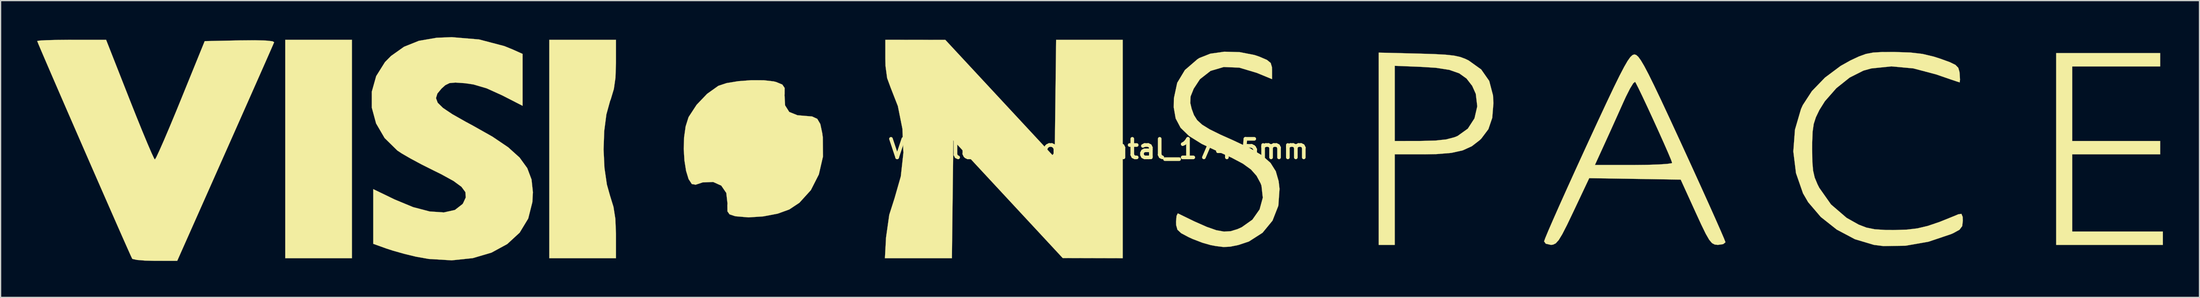
<source format=kicad_pcb>
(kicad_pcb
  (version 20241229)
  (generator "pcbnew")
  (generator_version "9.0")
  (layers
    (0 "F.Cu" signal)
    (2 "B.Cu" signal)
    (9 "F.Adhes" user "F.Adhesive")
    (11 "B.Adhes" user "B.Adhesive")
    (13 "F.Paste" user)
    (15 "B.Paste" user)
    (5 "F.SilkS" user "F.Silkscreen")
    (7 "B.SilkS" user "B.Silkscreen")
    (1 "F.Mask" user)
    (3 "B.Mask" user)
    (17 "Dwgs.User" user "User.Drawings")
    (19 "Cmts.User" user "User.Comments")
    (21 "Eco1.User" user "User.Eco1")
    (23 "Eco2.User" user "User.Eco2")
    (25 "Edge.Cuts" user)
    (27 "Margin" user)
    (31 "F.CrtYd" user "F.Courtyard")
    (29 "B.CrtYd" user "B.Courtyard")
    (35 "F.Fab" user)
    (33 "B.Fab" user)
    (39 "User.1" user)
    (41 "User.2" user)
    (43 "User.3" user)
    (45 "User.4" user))
  (footprint "VST_logo_horizontal_174.5mm"
    (layer "F.Cu")
    (at 87.153 9.199)
    (property "Reference" "VST_logo_horizontal_174.5mm" (at 0 0 0) (layer "F.SilkS") (effects (font (size 1.524 1.524) (thickness 0.3))))
    (attr through_hole)
    (fp_poly (pts (xy -61.31 8.978) (xy -66.784 8.978) (xy -66.784 -8.978) (xy -61.31 -8.978) (xy -61.31 8.978)) (stroke (width 0.01) (type solid)) (fill yes) (layer "F.SilkS"))
    (fp_poly (pts (xy 87.148 -6.788) (xy 79.922 -6.788) (xy 79.922 -0.657) (xy 87.148 -0.657) (xy 87.148 0.438) (xy 79.922 0.438) (xy 79.922 6.788) (xy 87.367 6.788) (xy 87.367 7.883) (xy 78.609 7.883) (xy 78.609 -7.883) (xy 87.148 -7.883) (xy 87.148 -6.788)) (stroke (width 0.01) (type solid)) (fill yes) (layer "F.SilkS"))
    (fp_poly (pts (xy -39.633 -7.062) (xy -39.671 -5.869) (xy -39.803 -4.939) (xy -40.054 -4.099) (xy -40.116 -3.941) (xy -40.419 -2.843) (xy -40.597 -1.466) (xy -40.649 0.048) (xy -40.576 1.559) (xy -40.377 2.924) (xy -40.124 3.824) (xy -39.836 4.756) (xy -39.682 5.738) (xy -39.633 6.955) (xy -39.633 7.054) (xy -39.633 8.978) (xy -45.107 8.978) (xy -45.107 -8.978) (xy -39.633 -8.978) (xy -39.633 -7.062)) (stroke (width 0.01) (type solid)) (fill yes) (layer "F.SilkS"))
    (fp_poly (pts (xy 1.971 8.978) (xy -2.956 8.964) (xy -11.934 -0.711) (xy -11.993 4.133) (xy -12.051 8.978) (xy -17.551 8.978) (xy -17.46 7.281) (xy -17.195 5.408) (xy -16.762 4.051) (xy -16.247 2.252) (xy -16.033 0.307) (xy -16.115 -1.661) (xy -16.489 -3.528) (xy -17.077 -5.032) (xy -17.369 -5.825) (xy -17.502 -6.813) (xy -17.517 -7.436) (xy -17.517 -8.978) (xy -15.054 -8.974) (xy -12.591 -8.971) (xy -8.102 -4.135) (xy -3.613 0.701) (xy -3.554 -4.138) (xy -3.495 -8.978) (xy 1.971 -8.978) (xy 1.971 8.978)) (stroke (width 0.01) (type solid)) (fill yes) (layer "F.SilkS"))
    (fp_poly (pts (xy 26.221 -7.844) (xy 27.524 -7.805) (xy 28.477 -7.753) (xy 29.167 -7.678) (xy 29.682 -7.566) (xy 30.11 -7.406) (xy 30.374 -7.276) (xy 31.404 -6.538) (xy 32.063 -5.595) (xy 32.374 -4.406) (xy 32.407 -3.77) (xy 32.311 -2.561) (xy 31.994 -1.629) (xy 31.41 -0.852) (xy 31.275 -0.722) (xy 30.632 -0.226) (xy 29.885 0.114) (xy 28.947 0.322) (xy 27.725 0.421) (xy 26.721 0.438) (xy 24.305 0.438) (xy 24.305 7.883) (xy 22.991 7.883) (xy 22.991 -0.657) (xy 24.305 -0.657) (xy 26.44 -0.662) (xy 27.648 -0.693) (xy 28.535 -0.79) (xy 29.216 -0.969) (xy 29.467 -1.072) (xy 30.304 -1.672) (xy 30.852 -2.52) (xy 31.08 -3.51) (xy 30.958 -4.535) (xy 30.664 -5.19) (xy 30.197 -5.793) (xy 29.597 -6.221) (xy 28.784 -6.505) (xy 27.68 -6.675) (xy 26.55 -6.747) (xy 24.305 -6.838) (xy 24.305 -0.657) (xy 22.991 -0.657) (xy 22.991 -7.923) (xy 26.221 -7.844)) (stroke (width 0.01) (type solid)) (fill yes) (layer "F.SilkS"))
    (fp_poly (pts (xy -27.511 -5.653) (xy -26.677 -5.557) (xy -26.463 -5.5) (xy -25.975 -5.298) (xy -25.785 -5.022) (xy -25.786 -4.503) (xy -25.792 -4.433) (xy -25.747 -3.587) (xy -25.406 -3.046) (xy -24.736 -2.776) (xy -24.202 -2.73) (xy -23.528 -2.674) (xy -23.105 -2.478) (xy -22.854 -2.052) (xy -22.697 -1.308) (xy -22.65 -0.962) (xy -22.636 0.619) (xy -22.974 2.091) (xy -23.631 3.382) (xy -24.574 4.422) (xy -25.406 4.973) (xy -26.357 5.317) (xy -27.537 5.541) (xy -28.747 5.622) (xy -29.79 5.534) (xy -29.889 5.512) (xy -30.308 5.373) (xy -30.48 5.128) (xy -30.488 4.628) (xy -30.477 4.481) (xy -30.575 3.613) (xy -30.987 3.012) (xy -31.653 2.711) (xy -32.516 2.747) (xy -33.087 2.936) (xy -33.405 2.88) (xy -33.671 2.473) (xy -33.876 1.799) (xy -34.011 0.945) (xy -34.068 -0.006) (xy -34.038 -0.968) (xy -33.913 -1.857) (xy -33.684 -2.587) (xy -33.654 -2.651) (xy -33.012 -3.633) (xy -32.15 -4.536) (xy -31.233 -5.19) (xy -31.216 -5.198) (xy -30.549 -5.418) (xy -29.604 -5.574) (xy -28.539 -5.655) (xy -27.511 -5.653)) (stroke (width 0.01) (type solid)) (fill yes) (layer "F.SilkS"))
    (fp_poly (pts (xy -79.558 -4.058) (xy -79.014 -2.689) (xy -78.518 -1.466) (xy -78.094 -0.445) (xy -77.765 0.319) (xy -77.554 0.77) (xy -77.489 0.868) (xy -77.372 0.677) (xy -77.118 0.133) (xy -76.748 -0.705) (xy -76.289 -1.784) (xy -75.763 -3.048) (xy -75.376 -3.996) (xy -73.397 -8.868) (xy -70.508 -8.929) (xy -69.28 -8.94) (xy -68.377 -8.916) (xy -67.838 -8.858) (xy -67.695 -8.779) (xy -67.797 -8.54) (xy -68.058 -7.943) (xy -68.46 -7.029) (xy -68.986 -5.838) (xy -69.616 -4.414) (xy -70.332 -2.797) (xy -71.115 -1.029) (xy -71.711 0.314) (xy -75.653 9.195) (xy -77.446 9.196) (xy -78.288 9.176) (xy -78.948 9.121) (xy -79.315 9.043) (xy -79.351 9.016) (xy -79.466 8.774) (xy -79.73 8.184) (xy -80.124 7.296) (xy -80.625 6.159) (xy -81.211 4.823) (xy -81.862 3.337) (xy -82.555 1.751) (xy -83.269 0.114) (xy -83.982 -1.525) (xy -84.674 -3.115) (xy -85.321 -4.607) (xy -85.903 -5.952) (xy -86.398 -7.1) (xy -86.785 -8.002) (xy -87.042 -8.609) (xy -87.147 -8.87) (xy -87.148 -8.876) (xy -86.943 -8.914) (xy -86.381 -8.945) (xy -85.545 -8.967) (xy -84.515 -8.977) (xy -84.32 -8.978) (xy -81.492 -8.978) (xy -79.558 -4.058)) (stroke (width 0.01) (type solid)) (fill yes) (layer "F.SilkS"))
    (fp_poly (pts (xy -50.873 -9.006) (xy -48.799 -8.462) (xy -48.118 -8.185) (xy -47.297 -7.816) (xy -47.297 -3.55) (xy -48.996 -4.419) (xy -50.25 -4.987) (xy -51.344 -5.308) (xy -52.043 -5.409) (xy -52.811 -5.461) (xy -53.294 -5.419) (xy -53.643 -5.248) (xy -53.954 -4.968) (xy -54.294 -4.557) (xy -54.409 -4.181) (xy -54.267 -3.8) (xy -53.835 -3.376) (xy -53.08 -2.869) (xy -51.97 -2.239) (xy -51.446 -1.958) (xy -49.772 -1.014) (xy -48.483 -0.142) (xy -47.543 0.705) (xy -46.915 1.572) (xy -46.563 2.506) (xy -46.451 3.554) (xy -46.495 4.367) (xy -46.836 5.719) (xy -47.537 6.875) (xy -48.557 7.815) (xy -49.854 8.521) (xy -51.388 8.973) (xy -53.118 9.153) (xy -55.002 9.04) (xy -56.053 8.854) (xy -57.001 8.624) (xy -57.957 8.354) (xy -58.517 8.171) (xy -59.559 7.796) (xy -59.559 3.3) (xy -57.806 4.148) (xy -56.284 4.78) (xy -54.924 5.136) (xy -53.768 5.215) (xy -52.858 5.014) (xy -52.234 4.531) (xy -52.185 4.461) (xy -51.963 3.981) (xy -51.995 3.544) (xy -52.317 3.108) (xy -52.964 2.632) (xy -53.975 2.076) (xy -54.567 1.784) (xy -55.561 1.286) (xy -56.486 0.791) (xy -57.223 0.364) (xy -57.584 0.124) (xy -58.626 -0.9) (xy -59.325 -2.098) (xy -59.677 -3.395) (xy -59.677 -4.718) (xy -59.319 -5.992) (xy -58.598 -7.143) (xy -58.102 -7.647) (xy -57.034 -8.404) (xy -55.814 -8.894) (xy -54.353 -9.145) (xy -53.114 -9.194) (xy -50.873 -9.006)) (stroke (width 0.01) (type solid)) (fill yes) (layer "F.SilkS"))
    (fp_poly (pts (xy 11.57 -7.964) (xy 12.785 -7.729) (xy 13.193 -7.591) (xy 13.813 -7.324) (xy 14.121 -7.073) (xy 14.225 -6.722) (xy 14.233 -6.466) (xy 14.233 -5.742) (xy 12.974 -6.26) (xy 11.541 -6.688) (xy 10.269 -6.74) (xy 9.185 -6.421) (xy 8.314 -5.74) (xy 7.8 -4.957) (xy 7.544 -4.319) (xy 7.519 -3.783) (xy 7.634 -3.299) (xy 7.821 -2.789) (xy 8.083 -2.373) (xy 8.49 -2) (xy 9.108 -1.618) (xy 10.008 -1.174) (xy 11.06 -0.704) (xy 12.425 -0.061) (xy 13.421 0.535) (xy 14.107 1.144) (xy 14.538 1.827) (xy 14.773 2.643) (xy 14.847 3.276) (xy 14.749 4.668) (xy 14.27 5.891) (xy 13.45 6.888) (xy 12.331 7.606) (xy 11.455 7.897) (xy 10.79 8.031) (xy 10.25 8.058) (xy 9.617 7.98) (xy 9.188 7.9) (xy 8.518 7.709) (xy 7.719 7.402) (xy 7.382 7.248) (xy 6.771 6.923) (xy 6.464 6.636) (xy 6.359 6.26) (xy 6.35 5.984) (xy 6.39 5.502) (xy 6.49 5.297) (xy 6.514 5.3) (xy 7.847 5.949) (xy 8.871 6.402) (xy 9.66 6.678) (xy 10.29 6.791) (xy 10.836 6.758) (xy 11.373 6.595) (xy 11.741 6.432) (xy 12.618 5.81) (xy 13.21 4.966) (xy 13.473 4.001) (xy 13.364 3.017) (xy 13.288 2.814) (xy 12.96 2.204) (xy 12.503 1.687) (xy 11.84 1.207) (xy 10.895 0.706) (xy 9.882 0.251) (xy 8.459 -0.419) (xy 7.421 -1.067) (xy 6.723 -1.745) (xy 6.318 -2.51) (xy 6.161 -3.416) (xy 6.174 -4.174) (xy 6.445 -5.441) (xy 7.076 -6.491) (xy 8.095 -7.372) (xy 8.261 -7.479) (xy 9.163 -7.836) (xy 10.314 -7.999) (xy 11.57 -7.964)) (stroke (width 0.01) (type solid)) (fill yes) (layer "F.SilkS"))
    (fp_poly (pts (xy 66.624 -7.933) (xy 67.632 -7.816) (xy 68.557 -7.596) (xy 69.084 -7.427) (xy 69.874 -7.141) (xy 70.339 -6.914) (xy 70.572 -6.675) (xy 70.666 -6.352) (xy 70.685 -6.186) (xy 70.713 -5.703) (xy 70.69 -5.479) (xy 70.685 -5.477) (xy 70.462 -5.546) (xy 69.923 -5.727) (xy 69.164 -5.989) (xy 68.755 -6.131) (xy 66.878 -6.627) (xy 65.075 -6.792) (xy 63.429 -6.622) (xy 62.785 -6.443) (xy 61.658 -5.875) (xy 60.56 -4.998) (xy 59.621 -3.928) (xy 59.166 -3.202) (xy 58.88 -2.607) (xy 58.704 -2.058) (xy 58.612 -1.415) (xy 58.578 -0.539) (xy 58.575 0) (xy 58.59 1.036) (xy 58.651 1.773) (xy 58.784 2.35) (xy 59.015 2.905) (xy 59.162 3.195) (xy 60.122 4.558) (xy 61.407 5.663) (xy 62.394 6.217) (xy 63.029 6.461) (xy 63.724 6.601) (xy 64.619 6.658) (xy 65.361 6.661) (xy 66.348 6.628) (xy 67.209 6.526) (xy 68.065 6.324) (xy 69.039 5.993) (xy 70.256 5.502) (xy 70.562 5.372) (xy 70.828 5.33) (xy 70.933 5.58) (xy 70.945 5.896) (xy 70.895 6.339) (xy 70.672 6.638) (xy 70.17 6.915) (xy 69.964 7.005) (xy 68.13 7.622) (xy 66.237 7.954) (xy 64.425 7.981) (xy 63.642 7.883) (xy 62.085 7.418) (xy 60.598 6.629) (xy 59.284 5.589) (xy 58.245 4.373) (xy 57.823 3.645) (xy 57.248 1.987) (xy 57.028 0.201) (xy 57.164 -1.595) (xy 57.656 -3.28) (xy 57.805 -3.609) (xy 58.555 -4.762) (xy 59.628 -5.871) (xy 60.91 -6.829) (xy 61.705 -7.275) (xy 62.412 -7.607) (xy 62.989 -7.816) (xy 63.578 -7.929) (xy 64.32 -7.972) (xy 65.357 -7.974) (xy 66.624 -7.933)) (stroke (width 0.01) (type solid)) (fill yes) (layer "F.SilkS"))
    (fp_poly (pts (xy 44.126 -7.732) (xy 44.295 -7.584) (xy 44.508 -7.294) (xy 44.785 -6.826) (xy 45.144 -6.144) (xy 45.603 -5.212) (xy 46.183 -3.995) (xy 46.9 -2.456) (xy 47.774 -0.561) (xy 47.959 -0.158) (xy 48.741 1.549) (xy 49.461 3.133) (xy 50.101 4.55) (xy 50.64 5.755) (xy 51.058 6.704) (xy 51.337 7.353) (xy 51.454 7.656) (xy 51.457 7.67) (xy 51.268 7.823) (xy 50.84 7.883) (xy 50.579 7.857) (xy 50.354 7.739) (xy 50.121 7.464) (xy 49.838 6.971) (xy 49.461 6.197) (xy 49.003 5.2) (xy 47.782 2.518) (xy 40.272 2.398) (xy 38.978 5.14) (xy 38.451 6.242) (xy 38.06 7.005) (xy 37.766 7.489) (xy 37.525 7.756) (xy 37.299 7.866) (xy 37.126 7.883) (xy 36.703 7.786) (xy 36.567 7.595) (xy 36.656 7.338) (xy 36.909 6.728) (xy 37.306 5.813) (xy 37.827 4.635) (xy 38.452 3.243) (xy 39.161 1.679) (xy 39.328 1.314) (xy 40.739 1.314) (xy 43.908 1.314) (xy 45.03 1.303) (xy 45.977 1.272) (xy 46.672 1.225) (xy 47.04 1.168) (xy 47.078 1.141) (xy 46.99 0.889) (xy 46.754 0.324) (xy 46.406 -0.47) (xy 45.984 -1.412) (xy 45.526 -2.419) (xy 45.071 -3.406) (xy 44.655 -4.293) (xy 44.317 -4.994) (xy 44.095 -5.428) (xy 44.036 -5.523) (xy 43.891 -5.409) (xy 43.623 -4.972) (xy 43.279 -4.291) (xy 43.091 -3.881) (xy 42.598 -2.781) (xy 42.05 -1.562) (xy 41.555 -0.473) (xy 41.514 -0.383) (xy 40.739 1.314) (xy 39.328 1.314) (xy 39.933 -0.009) (xy 40.036 -0.233) (xy 40.938 -2.189) (xy 41.681 -3.782) (xy 42.281 -5.048) (xy 42.759 -6.022) (xy 43.133 -6.739) (xy 43.421 -7.238) (xy 43.643 -7.552) (xy 43.818 -7.718) (xy 43.964 -7.773) (xy 43.983 -7.773) (xy 44.126 -7.732)) (stroke (width 0.01) (type solid)) (fill yes) (layer "F.SilkS")))
  (gr_rect
    (start -3 -3)
    (end 177.526 21.4)
    (stroke (width 0.1) (type default))
    (fill no)
    (layer "Edge.Cuts")))
</source>
